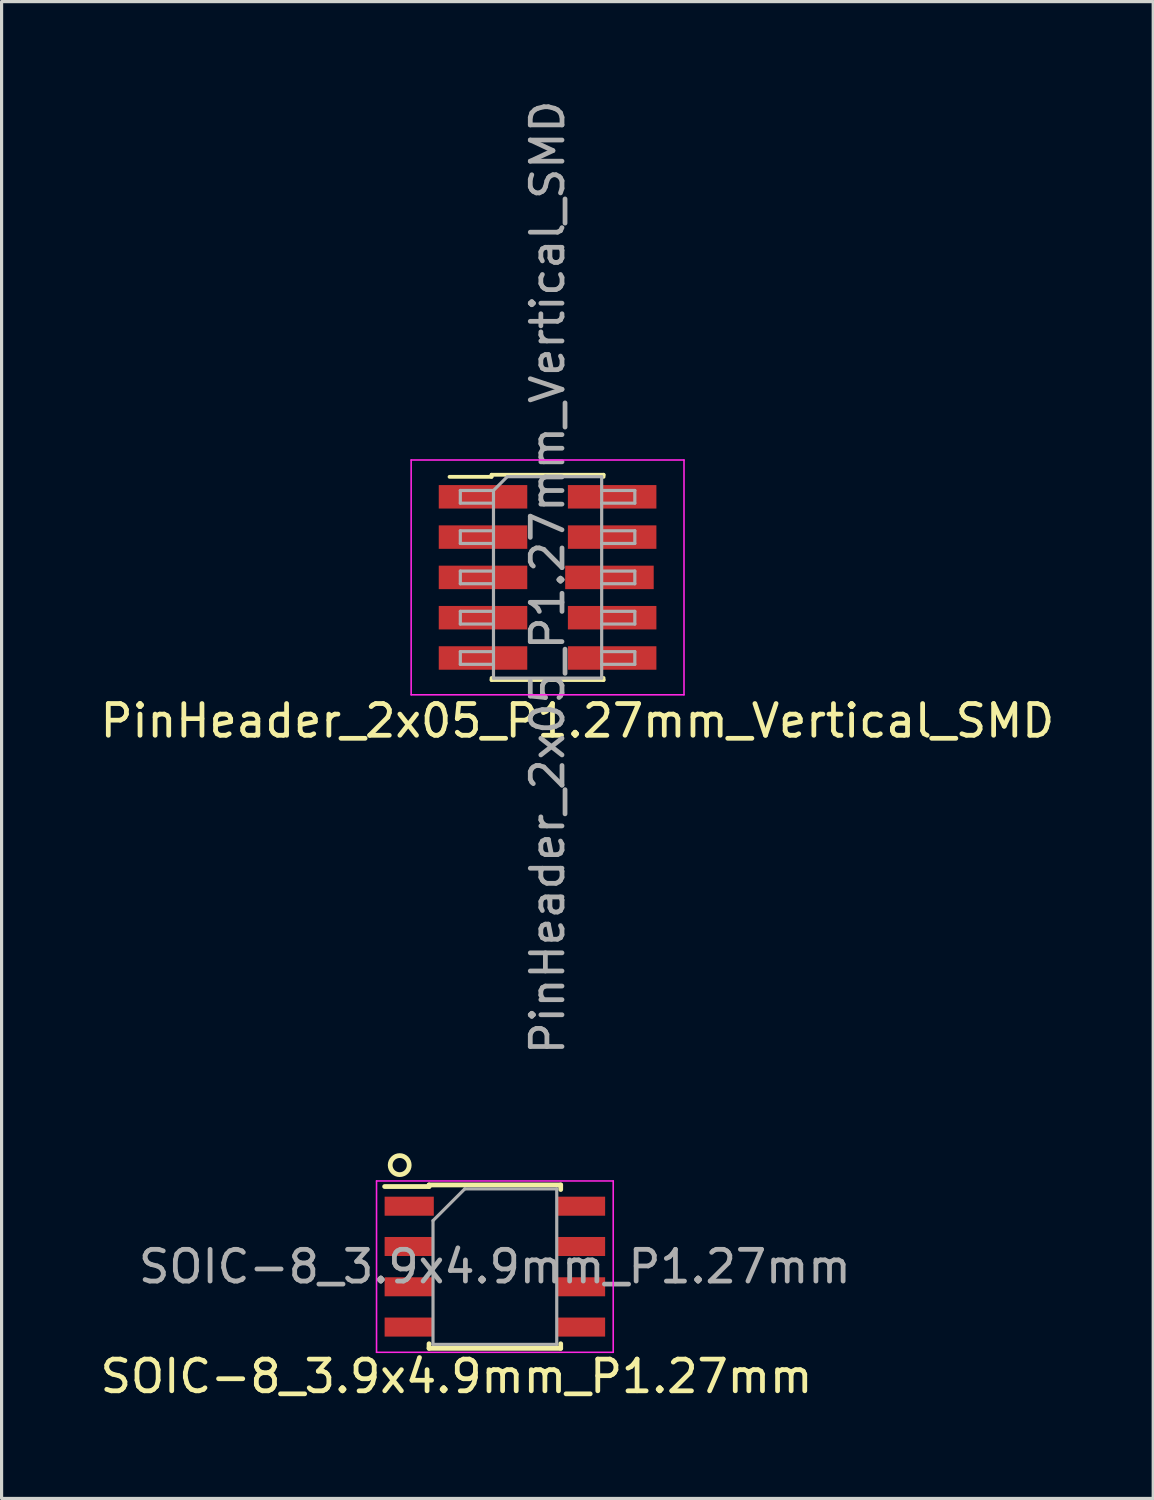
<source format=kicad_pcb>
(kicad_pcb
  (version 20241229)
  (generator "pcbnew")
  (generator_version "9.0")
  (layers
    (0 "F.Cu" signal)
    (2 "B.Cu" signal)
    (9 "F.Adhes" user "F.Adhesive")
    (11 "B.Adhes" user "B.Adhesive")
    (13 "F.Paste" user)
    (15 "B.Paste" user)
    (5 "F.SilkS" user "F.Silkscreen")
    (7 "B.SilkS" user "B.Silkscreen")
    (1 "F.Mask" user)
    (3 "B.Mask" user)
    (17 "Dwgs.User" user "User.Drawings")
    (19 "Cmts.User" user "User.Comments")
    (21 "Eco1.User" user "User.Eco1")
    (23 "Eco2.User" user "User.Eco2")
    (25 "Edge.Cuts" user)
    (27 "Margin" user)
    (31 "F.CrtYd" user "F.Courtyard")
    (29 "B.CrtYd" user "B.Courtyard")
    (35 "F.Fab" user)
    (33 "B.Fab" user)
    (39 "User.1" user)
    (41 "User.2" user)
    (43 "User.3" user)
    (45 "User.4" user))
  (footprint "SOIC-8_3.9x4.9mm_P1.27mm"
    (layer "F.Cu")
    (at 12.548 36.873)
    (property "Reference" "SOIC-8_3.9x4.9mm_P1.27mm" (at -1.209 3.459 0) (layer "F.SilkS") (effects (font (size 1 1) (thickness 0.15))))
    (attr smd)
    (fp_line (start -2.075 -2.575) (end -2.075 -2.525) (stroke (width 0.15) (type solid)) (layer "F.SilkS"))
    (fp_line (start -2.075 -2.575) (end 2.075 -2.575) (stroke (width 0.15) (type solid)) (layer "F.SilkS"))
    (fp_line (start -2.075 -2.525) (end -3.475 -2.525) (stroke (width 0.15) (type solid)) (layer "F.SilkS"))
    (fp_line (start -2.075 2.575) (end -2.075 2.43) (stroke (width 0.15) (type solid)) (layer "F.SilkS"))
    (fp_line (start -2.075 2.575) (end 2.075 2.575) (stroke (width 0.15) (type solid)) (layer "F.SilkS"))
    (fp_line (start 2.075 -2.575) (end 2.075 -2.43) (stroke (width 0.15) (type solid)) (layer "F.SilkS"))
    (fp_line (start 2.075 2.575) (end 2.075 2.43) (stroke (width 0.15) (type solid)) (layer "F.SilkS"))
    (fp_circle (center -3 -3.2) (end -2.7 -3.2) (stroke (width 0.15) (type solid)) (fill no) (layer "F.SilkS"))
    (fp_line (start -3.73 -2.7) (end -3.73 2.7) (stroke (width 0.05) (type solid)) (layer "F.CrtYd"))
    (fp_line (start -3.73 -2.7) (end 3.73 -2.7) (stroke (width 0.05) (type solid)) (layer "F.CrtYd"))
    (fp_line (start -3.73 2.7) (end 3.73 2.7) (stroke (width 0.05) (type solid)) (layer "F.CrtYd"))
    (fp_line (start 3.73 -2.7) (end 3.73 2.7) (stroke (width 0.05) (type solid)) (layer "F.CrtYd"))
    (fp_line (start -1.95 -1.45) (end -0.95 -2.45) (stroke (width 0.1) (type solid)) (layer "F.Fab"))
    (fp_line (start -1.95 2.45) (end -1.95 -1.45) (stroke (width 0.1) (type solid)) (layer "F.Fab"))
    (fp_line (start -0.95 -2.45) (end 1.95 -2.45) (stroke (width 0.1) (type solid)) (layer "F.Fab"))
    (fp_line (start 1.95 -2.45) (end 1.95 2.45) (stroke (width 0.1) (type solid)) (layer "F.Fab"))
    (fp_line (start 1.95 2.45) (end -1.95 2.45) (stroke (width 0.1) (type solid)) (layer "F.Fab"))
    (fp_text user "${REFERENCE}" (at 0 0 0) (layer "F.Fab") (effects (font (size 1 1) (thickness 0.15))))
    (pad "1" smd rect (at -2.7 -1.905) (size 1.55 0.6) (layers "F.Cu" "F.Mask" "F.Paste"))
    (pad "2" smd rect (at -2.7 -0.635) (size 1.55 0.6) (layers "F.Cu" "F.Mask" "F.Paste"))
    (pad "3" smd rect (at -2.7 0.635) (size 1.55 0.6) (layers "F.Cu" "F.Mask" "F.Paste"))
    (pad "4" smd rect (at -2.7 1.905) (size 1.55 0.6) (layers "F.Cu" "F.Mask" "F.Paste"))
    (pad "5" smd rect (at 2.7 1.905) (size 1.55 0.6) (layers "F.Cu" "F.Mask" "F.Paste"))
    (pad "6" smd rect (at 2.7 0.635) (size 1.55 0.6) (layers "F.Cu" "F.Mask" "F.Paste"))
    (pad "7" smd rect (at 2.7 -0.635) (size 1.55 0.6) (layers "F.Cu" "F.Mask" "F.Paste"))
    (pad "8" smd rect (at 2.7 -1.905) (size 1.55 0.6) (layers "F.Cu" "F.Mask" "F.Paste")))
  (footprint "PinHeader_2x05_P1.27mm_Vertical_SMD"
    (layer "F.Cu")
    (at 14.209 15.149)
    (property "Reference" "PinHeader_2x05_P1.27mm_Vertical_SMD" (at 0.94 4.521 0) (layer "F.SilkS") (effects (font (size 1 1) (thickness 0.15))))
    (attr smd)
    (fp_line (start -3.09 -3.17) (end -1.765 -3.17) (stroke (width 0.12) (type solid)) (layer "F.SilkS"))
    (fp_line (start -1.765 -3.235) (end -1.765 -3.17) (stroke (width 0.12) (type solid)) (layer "F.SilkS"))
    (fp_line (start -1.765 -3.235) (end 1.765 -3.235) (stroke (width 0.12) (type solid)) (layer "F.SilkS"))
    (fp_line (start -1.765 3.17) (end -1.765 3.235) (stroke (width 0.12) (type solid)) (layer "F.SilkS"))
    (fp_line (start -1.765 3.235) (end 1.765 3.235) (stroke (width 0.12) (type solid)) (layer "F.SilkS"))
    (fp_line (start 1.765 -3.235) (end 1.765 -3.17) (stroke (width 0.12) (type solid)) (layer "F.SilkS"))
    (fp_line (start 1.765 3.17) (end 1.765 3.235) (stroke (width 0.12) (type solid)) (layer "F.SilkS"))
    (fp_line (start -4.3 -3.7) (end -4.3 3.7) (stroke (width 0.05) (type solid)) (layer "F.CrtYd"))
    (fp_line (start -4.3 3.7) (end 4.3 3.7) (stroke (width 0.05) (type solid)) (layer "F.CrtYd"))
    (fp_line (start 4.3 -3.7) (end -4.3 -3.7) (stroke (width 0.05) (type solid)) (layer "F.CrtYd"))
    (fp_line (start 4.3 3.7) (end 4.3 -3.7) (stroke (width 0.05) (type solid)) (layer "F.CrtYd"))
    (fp_line (start -2.75 -2.74) (end -2.75 -2.34) (stroke (width 0.1) (type solid)) (layer "F.Fab"))
    (fp_line (start -2.75 -2.34) (end -1.705 -2.34) (stroke (width 0.1) (type solid)) (layer "F.Fab"))
    (fp_line (start -2.75 -1.47) (end -2.75 -1.07) (stroke (width 0.1) (type solid)) (layer "F.Fab"))
    (fp_line (start -2.75 -1.07) (end -1.705 -1.07) (stroke (width 0.1) (type solid)) (layer "F.Fab"))
    (fp_line (start -2.75 -0.2) (end -2.75 0.2) (stroke (width 0.1) (type solid)) (layer "F.Fab"))
    (fp_line (start -2.75 0.2) (end -1.705 0.2) (stroke (width 0.1) (type solid)) (layer "F.Fab"))
    (fp_line (start -2.75 1.07) (end -2.75 1.47) (stroke (width 0.1) (type solid)) (layer "F.Fab"))
    (fp_line (start -2.75 1.47) (end -1.705 1.47) (stroke (width 0.1) (type solid)) (layer "F.Fab"))
    (fp_line (start -2.75 2.34) (end -2.75 2.74) (stroke (width 0.1) (type solid)) (layer "F.Fab"))
    (fp_line (start -2.75 2.74) (end -1.705 2.74) (stroke (width 0.1) (type solid)) (layer "F.Fab"))
    (fp_line (start -1.705 -2.74) (end -2.75 -2.74) (stroke (width 0.1) (type solid)) (layer "F.Fab"))
    (fp_line (start -1.705 -2.74) (end -1.27 -3.175) (stroke (width 0.1) (type solid)) (layer "F.Fab"))
    (fp_line (start -1.705 -1.47) (end -2.75 -1.47) (stroke (width 0.1) (type solid)) (layer "F.Fab"))
    (fp_line (start -1.705 -0.2) (end -2.75 -0.2) (stroke (width 0.1) (type solid)) (layer "F.Fab"))
    (fp_line (start -1.705 1.07) (end -2.75 1.07) (stroke (width 0.1) (type solid)) (layer "F.Fab"))
    (fp_line (start -1.705 2.34) (end -2.75 2.34) (stroke (width 0.1) (type solid)) (layer "F.Fab"))
    (fp_line (start -1.705 3.175) (end -1.705 -2.74) (stroke (width 0.1) (type solid)) (layer "F.Fab"))
    (fp_line (start -1.27 -3.175) (end 1.705 -3.175) (stroke (width 0.1) (type solid)) (layer "F.Fab"))
    (fp_line (start 1.705 -3.175) (end 1.705 3.175) (stroke (width 0.1) (type solid)) (layer "F.Fab"))
    (fp_line (start 1.705 -2.74) (end 2.75 -2.74) (stroke (width 0.1) (type solid)) (layer "F.Fab"))
    (fp_line (start 1.705 -1.47) (end 2.75 -1.47) (stroke (width 0.1) (type solid)) (layer "F.Fab"))
    (fp_line (start 1.705 -0.2) (end 2.75 -0.2) (stroke (width 0.1) (type solid)) (layer "F.Fab"))
    (fp_line (start 1.705 1.07) (end 2.75 1.07) (stroke (width 0.1) (type solid)) (layer "F.Fab"))
    (fp_line (start 1.705 2.34) (end 2.75 2.34) (stroke (width 0.1) (type solid)) (layer "F.Fab"))
    (fp_line (start 1.705 3.175) (end -1.705 3.175) (stroke (width 0.1) (type solid)) (layer "F.Fab"))
    (fp_line (start 2.75 -2.74) (end 2.75 -2.34) (stroke (width 0.1) (type solid)) (layer "F.Fab"))
    (fp_line (start 2.75 -2.34) (end 1.705 -2.34) (stroke (width 0.1) (type solid)) (layer "F.Fab"))
    (fp_line (start 2.75 -1.47) (end 2.75 -1.07) (stroke (width 0.1) (type solid)) (layer "F.Fab"))
    (fp_line (start 2.75 -1.07) (end 1.705 -1.07) (stroke (width 0.1) (type solid)) (layer "F.Fab"))
    (fp_line (start 2.75 -0.2) (end 2.75 0.2) (stroke (width 0.1) (type solid)) (layer "F.Fab"))
    (fp_line (start 2.75 0.2) (end 1.705 0.2) (stroke (width 0.1) (type solid)) (layer "F.Fab"))
    (fp_line (start 2.75 1.07) (end 2.75 1.47) (stroke (width 0.1) (type solid)) (layer "F.Fab"))
    (fp_line (start 2.75 1.47) (end 1.705 1.47) (stroke (width 0.1) (type solid)) (layer "F.Fab"))
    (fp_line (start 2.75 2.34) (end 2.75 2.74) (stroke (width 0.1) (type solid)) (layer "F.Fab"))
    (fp_line (start 2.75 2.74) (end 1.705 2.74) (stroke (width 0.1) (type solid)) (layer "F.Fab"))
    (fp_text user "${REFERENCE}" (at 0 0 90) (layer "F.Fab") (effects (font (size 1 1) (thickness 0.15))))
    (pad "1" smd rect (at -2.035 -2.54) (size 2.79 0.74) (layers "F.Cu" "F.Mask" "F.Paste"))
    (pad "2" smd rect (at 2.035 -2.54) (size 2.79 0.74) (layers "F.Cu" "F.Mask" "F.Paste"))
    (pad "3" smd rect (at -2.035 -1.27) (size 2.79 0.74) (layers "F.Cu" "F.Mask" "F.Paste"))
    (pad "4" smd rect (at 2.035 -1.27) (size 2.79 0.74) (layers "F.Cu" "F.Mask" "F.Paste"))
    (pad "5" smd rect (at -2.035 0) (size 2.79 0.74) (layers "F.Cu" "F.Mask" "F.Paste"))
    (pad "6" smd rect (at 1.95 0) (size 2.79 0.74) (layers "F.Cu" "F.Mask" "F.Paste"))
    (pad "7" smd rect (at -2.035 1.27) (size 2.79 0.74) (layers "F.Cu" "F.Mask" "F.Paste"))
    (pad "8" smd rect (at 2.035 1.27) (size 2.79 0.74) (layers "F.Cu" "F.Mask" "F.Paste"))
    (pad "9" smd rect (at -2.035 2.54) (size 2.79 0.74) (layers "F.Cu" "F.Mask" "F.Paste"))
    (pad "10" smd rect (at 2.035 2.54) (size 2.79 0.74) (layers "F.Cu" "F.Mask" "F.Paste")))
  (gr_rect
    (start -3 -3)
    (end 33.298 44.18)
    (stroke (width 0.1) (type default))
    (fill no)
    (layer "Edge.Cuts")))
</source>
